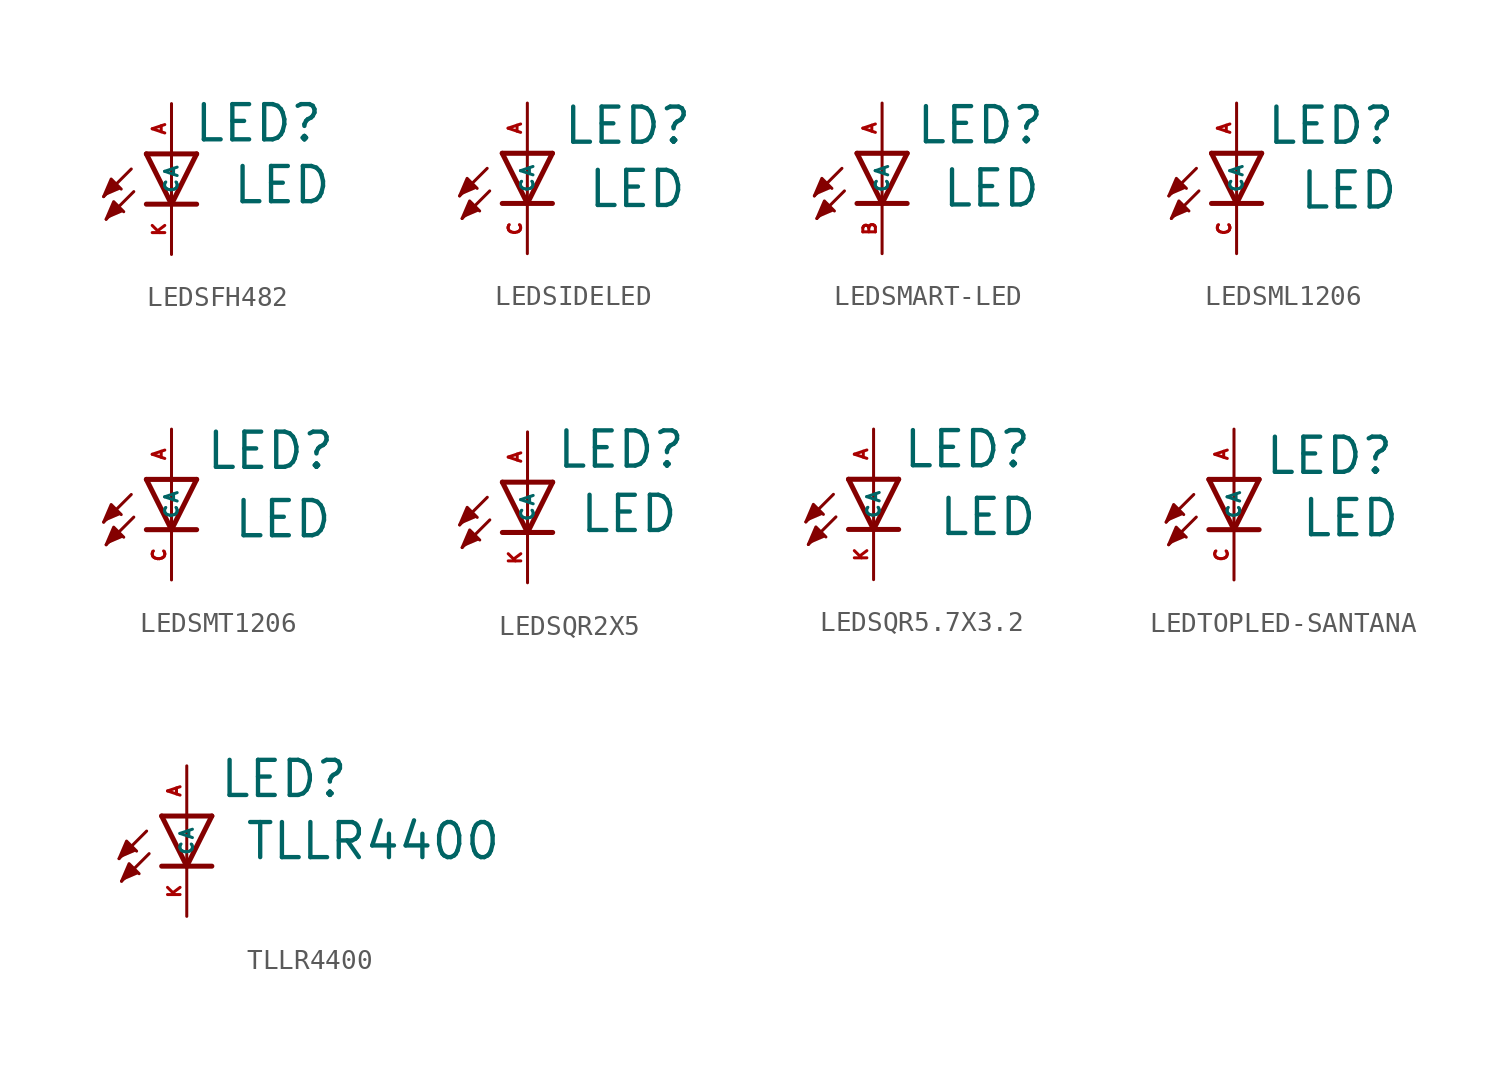
<source format=kicad_sym>
(kicad_symbol_lib
  (version 20220914)
  (generator kicad_symbol_editor)
  (symbol "LEDSFH482"
    (property "Reference" "LED"
      (at 1.067 0.508 0)
      (effects (font (size 1.778 1.778) (thickness 0.22)) (justify left bottom)))
    (property "Value" "LED"
      (at 3.023 -2.616 0)
      (effects (font (size 1.778 1.778) (thickness 0.22)) (justify left bottom)))
    (symbol "LEDSFH482_1_1"
      (polyline (pts (xy -2.032 -0.762) (xy -3.429 -2.159)) (stroke (width 0.152) (type default)) (fill (type none)))
      (polyline (pts (xy -1.905 -1.905) (xy -3.302 -3.302)) (stroke (width 0.152) (type default)) (fill (type none)))
      (polyline (pts (xy 0 -2.54) (xy -1.27 -2.54)) (stroke (width 0.254) (type default)) (fill (type none)))
      (polyline (pts (xy 0 -2.54) (xy -1.27 0)) (stroke (width 0.254) (type default)) (fill (type none)))
      (polyline (pts (xy 0 0) (xy -1.27 0)) (stroke (width 0.254) (type default)) (fill (type none)))
      (polyline (pts (xy 0 0) (xy 0 -2.54)) (stroke (width 0.152) (type default)) (fill (type none)))
      (polyline (pts (xy 1.27 -2.54) (xy 0 -2.54)) (stroke (width 0.254) (type default)) (fill (type none)))
      (polyline (pts (xy 1.27 0) (xy 0 -2.54)) (stroke (width 0.254) (type default)) (fill (type none)))
      (polyline (pts (xy 1.27 0) (xy 0 0)) (stroke (width 0.254) (type default)) (fill (type none)))
      (polyline (pts (xy -3.429 -2.159) (xy -3.048 -1.27) (xy -2.54 -1.778)) (stroke (width 0.152) (type default)) (fill (type outline)))
      (polyline (pts (xy -3.302 -3.302) (xy -2.921 -2.413) (xy -2.413 -2.921)) (stroke (width 0.152) (type default)) (fill (type outline)))
      (pin passive line (at 0 2.54 270) (length 2.54) (name "A" (effects (font (size 0.635 0.635)))) (number "A" (effects (font (size 0.635 0.635)))))
      (pin passive line (at 0 -5.08 90) (length 2.54) (name "C" (effects (font (size 0.635 0.635)))) (number "K" (effects (font (size 0.635 0.635)))))))
  (symbol "LEDSIDELED"
    (property "Reference" "LED"
      (at 1.753 0.356 0)
      (effects (font (size 1.778 1.778) (thickness 0.22)) (justify left bottom)))
    (property "Value" "LED"
      (at 2.997 -2.845 0)
      (effects (font (size 1.778 1.778) (thickness 0.22)) (justify left bottom)))
    (symbol "LEDSIDELED_1_1"
      (polyline (pts (xy -2.032 -0.762) (xy -3.429 -2.159)) (stroke (width 0.152) (type default)) (fill (type none)))
      (polyline (pts (xy -1.905 -1.905) (xy -3.302 -3.302)) (stroke (width 0.152) (type default)) (fill (type none)))
      (polyline (pts (xy 0 -2.54) (xy -1.27 -2.54)) (stroke (width 0.254) (type default)) (fill (type none)))
      (polyline (pts (xy 0 -2.54) (xy -1.27 0)) (stroke (width 0.254) (type default)) (fill (type none)))
      (polyline (pts (xy 0 0) (xy -1.27 0)) (stroke (width 0.254) (type default)) (fill (type none)))
      (polyline (pts (xy 0 0) (xy 0 -2.54)) (stroke (width 0.152) (type default)) (fill (type none)))
      (polyline (pts (xy 1.27 -2.54) (xy 0 -2.54)) (stroke (width 0.254) (type default)) (fill (type none)))
      (polyline (pts (xy 1.27 0) (xy 0 -2.54)) (stroke (width 0.254) (type default)) (fill (type none)))
      (polyline (pts (xy 1.27 0) (xy 0 0)) (stroke (width 0.254) (type default)) (fill (type none)))
      (polyline (pts (xy -3.429 -2.159) (xy -3.048 -1.27) (xy -2.54 -1.778)) (stroke (width 0.152) (type default)) (fill (type outline)))
      (polyline (pts (xy -3.302 -3.302) (xy -2.921 -2.413) (xy -2.413 -2.921)) (stroke (width 0.152) (type default)) (fill (type outline)))
      (pin passive line (at 0 2.54 270) (length 2.54) (name "A" (effects (font (size 0.635 0.635)))) (number "A" (effects (font (size 0.635 0.635)))))
      (pin passive line (at 0 -5.08 90) (length 2.54) (name "C" (effects (font (size 0.635 0.635)))) (number "C" (effects (font (size 0.635 0.635)))))))
  (symbol "LEDSMART-LED"
    (property "Reference" "LED"
      (at 1.651 0.381 0)
      (effects (font (size 1.778 1.778) (thickness 0.22)) (justify left bottom)))
    (property "Value" "LED"
      (at 2.972 -2.819 0)
      (effects (font (size 1.778 1.778) (thickness 0.22)) (justify left bottom)))
    (symbol "LEDSMART-LED_1_1"
      (polyline (pts (xy -2.032 -0.762) (xy -3.429 -2.159)) (stroke (width 0.152) (type default)) (fill (type none)))
      (polyline (pts (xy -1.905 -1.905) (xy -3.302 -3.302)) (stroke (width 0.152) (type default)) (fill (type none)))
      (polyline (pts (xy 0 -2.54) (xy -1.27 -2.54)) (stroke (width 0.254) (type default)) (fill (type none)))
      (polyline (pts (xy 0 -2.54) (xy -1.27 0)) (stroke (width 0.254) (type default)) (fill (type none)))
      (polyline (pts (xy 0 0) (xy -1.27 0)) (stroke (width 0.254) (type default)) (fill (type none)))
      (polyline (pts (xy 0 0) (xy 0 -2.54)) (stroke (width 0.152) (type default)) (fill (type none)))
      (polyline (pts (xy 1.27 -2.54) (xy 0 -2.54)) (stroke (width 0.254) (type default)) (fill (type none)))
      (polyline (pts (xy 1.27 0) (xy 0 -2.54)) (stroke (width 0.254) (type default)) (fill (type none)))
      (polyline (pts (xy 1.27 0) (xy 0 0)) (stroke (width 0.254) (type default)) (fill (type none)))
      (polyline (pts (xy -3.429 -2.159) (xy -3.048 -1.27) (xy -2.54 -1.778)) (stroke (width 0.152) (type default)) (fill (type outline)))
      (polyline (pts (xy -3.302 -3.302) (xy -2.921 -2.413) (xy -2.413 -2.921)) (stroke (width 0.152) (type default)) (fill (type outline)))
      (pin passive line (at 0 2.54 270) (length 2.54) (name "A" (effects (font (size 0.635 0.635)))) (number "A" (effects (font (size 0.635 0.635)))))
      (pin passive line (at 0 -5.08 90) (length 2.54) (name "C" (effects (font (size 0.635 0.635)))) (number "B" (effects (font (size 0.635 0.635)))))))
  (symbol "LEDSML1206"
    (property "Reference" "LED"
      (at 1.448 0.356 0)
      (effects (font (size 1.778 1.778) (thickness 0.22)) (justify left bottom)))
    (property "Value" "LED"
      (at 3.124 -2.921 0)
      (effects (font (size 1.778 1.778) (thickness 0.22)) (justify left bottom)))
    (symbol "LEDSML1206_1_1"
      (polyline (pts (xy -2.032 -0.762) (xy -3.429 -2.159)) (stroke (width 0.152) (type default)) (fill (type none)))
      (polyline (pts (xy -1.905 -1.905) (xy -3.302 -3.302)) (stroke (width 0.152) (type default)) (fill (type none)))
      (polyline (pts (xy 0 -2.54) (xy -1.27 -2.54)) (stroke (width 0.254) (type default)) (fill (type none)))
      (polyline (pts (xy 0 -2.54) (xy -1.27 0)) (stroke (width 0.254) (type default)) (fill (type none)))
      (polyline (pts (xy 0 0) (xy -1.27 0)) (stroke (width 0.254) (type default)) (fill (type none)))
      (polyline (pts (xy 0 0) (xy 0 -2.54)) (stroke (width 0.152) (type default)) (fill (type none)))
      (polyline (pts (xy 1.27 -2.54) (xy 0 -2.54)) (stroke (width 0.254) (type default)) (fill (type none)))
      (polyline (pts (xy 1.27 0) (xy 0 -2.54)) (stroke (width 0.254) (type default)) (fill (type none)))
      (polyline (pts (xy 1.27 0) (xy 0 0)) (stroke (width 0.254) (type default)) (fill (type none)))
      (polyline (pts (xy -3.429 -2.159) (xy -3.048 -1.27) (xy -2.54 -1.778)) (stroke (width 0.152) (type default)) (fill (type outline)))
      (polyline (pts (xy -3.302 -3.302) (xy -2.921 -2.413) (xy -2.413 -2.921)) (stroke (width 0.152) (type default)) (fill (type outline)))
      (pin passive line (at 0 2.54 270) (length 2.54) (name "A" (effects (font (size 0.635 0.635)))) (number "A" (effects (font (size 0.635 0.635)))))
      (pin passive line (at 0 -5.08 90) (length 2.54) (name "C" (effects (font (size 0.635 0.635)))) (number "C" (effects (font (size 0.635 0.635)))))))
  (symbol "LEDSMT1206"
    (property "Reference" "LED"
      (at 1.676 0.406 0)
      (effects (font (size 1.778 1.778) (thickness 0.22)) (justify left bottom)))
    (property "Value" "LED"
      (at 3.073 -3.048 0)
      (effects (font (size 1.778 1.778) (thickness 0.22)) (justify left bottom)))
    (symbol "LEDSMT1206_1_1"
      (polyline (pts (xy -2.032 -0.762) (xy -3.429 -2.159)) (stroke (width 0.152) (type default)) (fill (type none)))
      (polyline (pts (xy -1.905 -1.905) (xy -3.302 -3.302)) (stroke (width 0.152) (type default)) (fill (type none)))
      (polyline (pts (xy 0 -2.54) (xy -1.27 -2.54)) (stroke (width 0.254) (type default)) (fill (type none)))
      (polyline (pts (xy 0 -2.54) (xy -1.27 0)) (stroke (width 0.254) (type default)) (fill (type none)))
      (polyline (pts (xy 0 0) (xy -1.27 0)) (stroke (width 0.254) (type default)) (fill (type none)))
      (polyline (pts (xy 0 0) (xy 0 -2.54)) (stroke (width 0.152) (type default)) (fill (type none)))
      (polyline (pts (xy 1.27 -2.54) (xy 0 -2.54)) (stroke (width 0.254) (type default)) (fill (type none)))
      (polyline (pts (xy 1.27 0) (xy 0 -2.54)) (stroke (width 0.254) (type default)) (fill (type none)))
      (polyline (pts (xy 1.27 0) (xy 0 0)) (stroke (width 0.254) (type default)) (fill (type none)))
      (polyline (pts (xy -3.429 -2.159) (xy -3.048 -1.27) (xy -2.54 -1.778)) (stroke (width 0.152) (type default)) (fill (type outline)))
      (polyline (pts (xy -3.302 -3.302) (xy -2.921 -2.413) (xy -2.413 -2.921)) (stroke (width 0.152) (type default)) (fill (type outline)))
      (pin passive line (at 0 2.54 270) (length 2.54) (name "A" (effects (font (size 0.635 0.635)))) (number "A" (effects (font (size 0.635 0.635)))))
      (pin passive line (at 0 -5.08 90) (length 2.54) (name "C" (effects (font (size 0.635 0.635)))) (number "C" (effects (font (size 0.635 0.635)))))))
  (symbol "LEDSQR2X5"
    (property "Reference" "LED"
      (at 1.397 0.61 0)
      (effects (font (size 1.778 1.778) (thickness 0.22)) (justify left bottom)))
    (property "Value" "LED"
      (at 2.565 -2.642 0)
      (effects (font (size 1.778 1.778) (thickness 0.22)) (justify left bottom)))
    (symbol "LEDSQR2X5_1_1"
      (polyline (pts (xy -2.032 -0.762) (xy -3.429 -2.159)) (stroke (width 0.152) (type default)) (fill (type none)))
      (polyline (pts (xy -1.905 -1.905) (xy -3.302 -3.302)) (stroke (width 0.152) (type default)) (fill (type none)))
      (polyline (pts (xy 0 -2.54) (xy -1.27 -2.54)) (stroke (width 0.254) (type default)) (fill (type none)))
      (polyline (pts (xy 0 -2.54) (xy -1.27 0)) (stroke (width 0.254) (type default)) (fill (type none)))
      (polyline (pts (xy 0 0) (xy -1.27 0)) (stroke (width 0.254) (type default)) (fill (type none)))
      (polyline (pts (xy 0 0) (xy 0 -2.54)) (stroke (width 0.152) (type default)) (fill (type none)))
      (polyline (pts (xy 1.27 -2.54) (xy 0 -2.54)) (stroke (width 0.254) (type default)) (fill (type none)))
      (polyline (pts (xy 1.27 0) (xy 0 -2.54)) (stroke (width 0.254) (type default)) (fill (type none)))
      (polyline (pts (xy 1.27 0) (xy 0 0)) (stroke (width 0.254) (type default)) (fill (type none)))
      (polyline (pts (xy -3.429 -2.159) (xy -3.048 -1.27) (xy -2.54 -1.778)) (stroke (width 0.152) (type default)) (fill (type outline)))
      (polyline (pts (xy -3.302 -3.302) (xy -2.921 -2.413) (xy -2.413 -2.921)) (stroke (width 0.152) (type default)) (fill (type outline)))
      (pin passive line (at 0 2.54 270) (length 2.54) (name "A" (effects (font (size 0.635 0.635)))) (number "A" (effects (font (size 0.635 0.635)))))
      (pin passive line (at 0 -5.08 90) (length 2.54) (name "C" (effects (font (size 0.635 0.635)))) (number "K" (effects (font (size 0.635 0.635)))))))
  (symbol "LEDSQR5.7X3.2"
    (property "Reference" "LED"
      (at 1.422 0.483 0)
      (effects (font (size 1.778 1.778) (thickness 0.22)) (justify left bottom)))
    (property "Value" "LED"
      (at 3.226 -2.946 0)
      (effects (font (size 1.778 1.778) (thickness 0.22)) (justify left bottom)))
    (symbol "LEDSQR5.7X3.2_1_1"
      (polyline (pts (xy -2.032 -0.762) (xy -3.429 -2.159)) (stroke (width 0.152) (type default)) (fill (type none)))
      (polyline (pts (xy -1.905 -1.905) (xy -3.302 -3.302)) (stroke (width 0.152) (type default)) (fill (type none)))
      (polyline (pts (xy 0 -2.54) (xy -1.27 -2.54)) (stroke (width 0.254) (type default)) (fill (type none)))
      (polyline (pts (xy 0 -2.54) (xy -1.27 0)) (stroke (width 0.254) (type default)) (fill (type none)))
      (polyline (pts (xy 0 0) (xy -1.27 0)) (stroke (width 0.254) (type default)) (fill (type none)))
      (polyline (pts (xy 0 0) (xy 0 -2.54)) (stroke (width 0.152) (type default)) (fill (type none)))
      (polyline (pts (xy 1.27 -2.54) (xy 0 -2.54)) (stroke (width 0.254) (type default)) (fill (type none)))
      (polyline (pts (xy 1.27 0) (xy 0 -2.54)) (stroke (width 0.254) (type default)) (fill (type none)))
      (polyline (pts (xy 1.27 0) (xy 0 0)) (stroke (width 0.254) (type default)) (fill (type none)))
      (polyline (pts (xy -3.429 -2.159) (xy -3.048 -1.27) (xy -2.54 -1.778)) (stroke (width 0.152) (type default)) (fill (type outline)))
      (polyline (pts (xy -3.302 -3.302) (xy -2.921 -2.413) (xy -2.413 -2.921)) (stroke (width 0.152) (type default)) (fill (type outline)))
      (pin passive line (at 0 2.54 270) (length 2.54) (name "A" (effects (font (size 0.635 0.635)))) (number "A" (effects (font (size 0.635 0.635)))))
      (pin passive line (at 0 -5.08 90) (length 2.54) (name "C" (effects (font (size 0.635 0.635)))) (number "K" (effects (font (size 0.635 0.635)))))))
  (symbol "LEDTOPLED-SANTANA"
    (property "Reference" "LED"
      (at 1.499 0.152 0)
      (effects (font (size 1.778 1.778) (thickness 0.22)) (justify left bottom)))
    (property "Value" "LED"
      (at 3.327 -2.997 0)
      (effects (font (size 1.778 1.778) (thickness 0.22)) (justify left bottom)))
    (symbol "LEDTOPLED-SANTANA_1_1"
      (polyline (pts (xy -2.032 -0.762) (xy -3.429 -2.159)) (stroke (width 0.152) (type default)) (fill (type none)))
      (polyline (pts (xy -1.905 -1.905) (xy -3.302 -3.302)) (stroke (width 0.152) (type default)) (fill (type none)))
      (polyline (pts (xy 0 -2.54) (xy -1.27 -2.54)) (stroke (width 0.254) (type default)) (fill (type none)))
      (polyline (pts (xy 0 -2.54) (xy -1.27 0)) (stroke (width 0.254) (type default)) (fill (type none)))
      (polyline (pts (xy 0 0) (xy -1.27 0)) (stroke (width 0.254) (type default)) (fill (type none)))
      (polyline (pts (xy 0 0) (xy 0 -2.54)) (stroke (width 0.152) (type default)) (fill (type none)))
      (polyline (pts (xy 1.27 -2.54) (xy 0 -2.54)) (stroke (width 0.254) (type default)) (fill (type none)))
      (polyline (pts (xy 1.27 0) (xy 0 -2.54)) (stroke (width 0.254) (type default)) (fill (type none)))
      (polyline (pts (xy 1.27 0) (xy 0 0)) (stroke (width 0.254) (type default)) (fill (type none)))
      (polyline (pts (xy -3.429 -2.159) (xy -3.048 -1.27) (xy -2.54 -1.778)) (stroke (width 0.152) (type default)) (fill (type outline)))
      (polyline (pts (xy -3.302 -3.302) (xy -2.921 -2.413) (xy -2.413 -2.921)) (stroke (width 0.152) (type default)) (fill (type outline)))
      (pin passive line (at 0 2.54 270) (length 2.54) (name "A" (effects (font (size 0.635 0.635)))) (number "A" (effects (font (size 0.635 0.635)))))
      (pin passive line (at 0 -5.08 90) (length 2.54) (name "C" (effects (font (size 0.635 0.635)))) (number "C" (effects (font (size 0.635 0.635)))))))
  (symbol "TLLR4400"
    (property "Reference" "LED"
      (at 1.6 0.838 0)
      (effects (font (size 1.778 1.778) (thickness 0.22)) (justify left bottom)))
    (property "Value" "TLLR4400"
      (at 2.896 -2.311 0)
      (effects (font (size 1.778 1.778) (thickness 0.22)) (justify left bottom)))
    (symbol "TLLR4400_1_1"
      (polyline (pts (xy -2.032 -0.762) (xy -3.429 -2.159)) (stroke (width 0.152) (type default)) (fill (type none)))
      (polyline (pts (xy -1.905 -1.905) (xy -3.302 -3.302)) (stroke (width 0.152) (type default)) (fill (type none)))
      (polyline (pts (xy 0 -2.54) (xy -1.27 -2.54)) (stroke (width 0.254) (type default)) (fill (type none)))
      (polyline (pts (xy 0 -2.54) (xy -1.27 0)) (stroke (width 0.254) (type default)) (fill (type none)))
      (polyline (pts (xy 0 0) (xy -1.27 0)) (stroke (width 0.254) (type default)) (fill (type none)))
      (polyline (pts (xy 0 0) (xy 0 -2.54)) (stroke (width 0.152) (type default)) (fill (type none)))
      (polyline (pts (xy 1.27 -2.54) (xy 0 -2.54)) (stroke (width 0.254) (type default)) (fill (type none)))
      (polyline (pts (xy 1.27 0) (xy 0 -2.54)) (stroke (width 0.254) (type default)) (fill (type none)))
      (polyline (pts (xy 1.27 0) (xy 0 0)) (stroke (width 0.254) (type default)) (fill (type none)))
      (polyline (pts (xy -3.429 -2.159) (xy -3.048 -1.27) (xy -2.54 -1.778)) (stroke (width 0.152) (type default)) (fill (type outline)))
      (polyline (pts (xy -3.302 -3.302) (xy -2.921 -2.413) (xy -2.413 -2.921)) (stroke (width 0.152) (type default)) (fill (type outline)))
      (pin passive line (at 0 2.54 270) (length 2.54) (name "A" (effects (font (size 0.635 0.635)))) (number "A" (effects (font (size 0.635 0.635)))))
      (pin passive line (at 0 -5.08 90) (length 2.54) (name "C" (effects (font (size 0.635 0.635)))) (number "K" (effects (font (size 0.635 0.635))))))))
</source>
